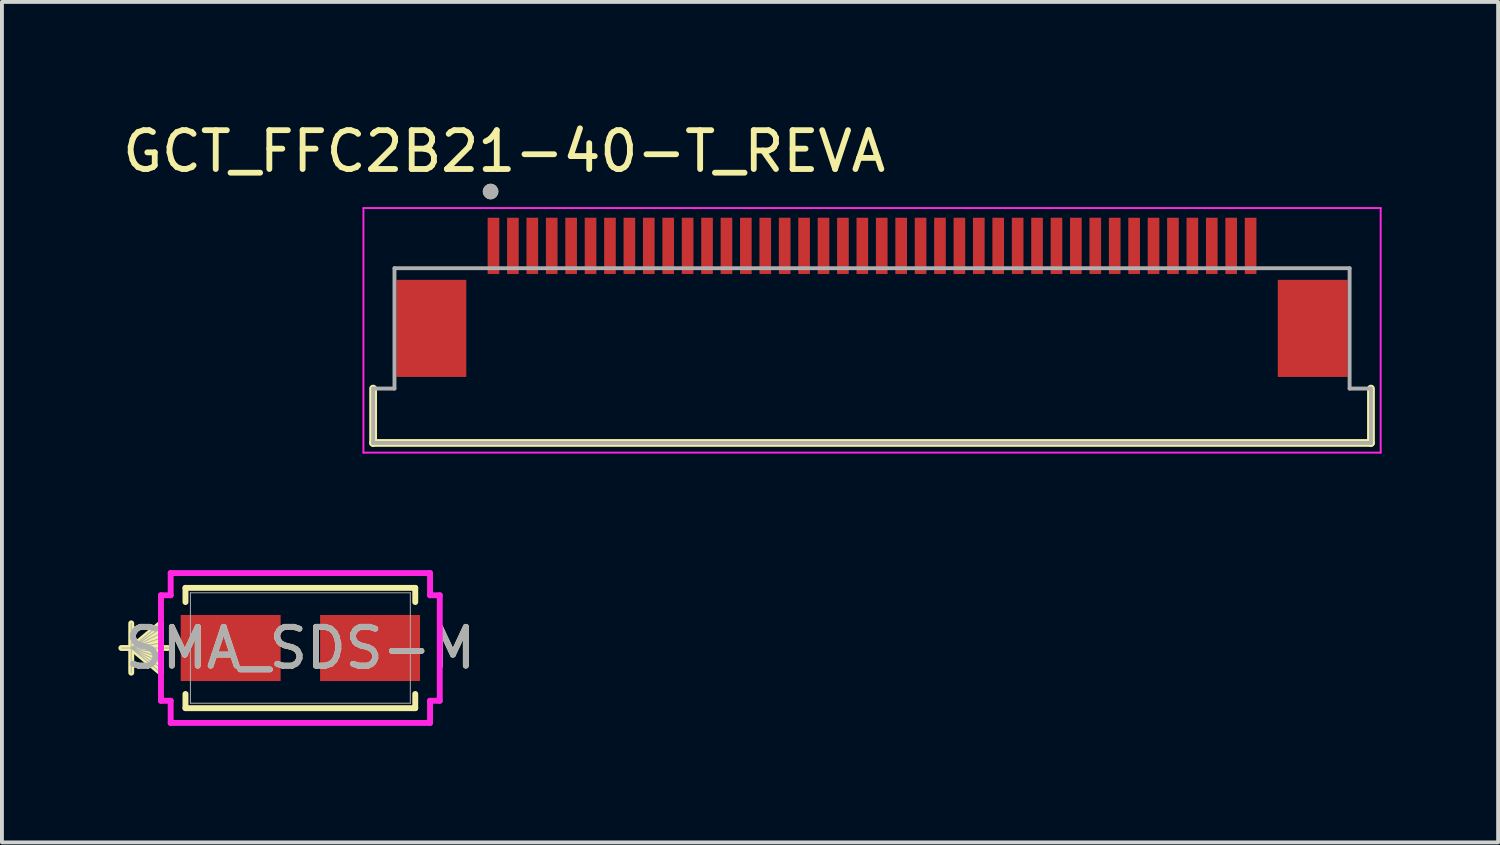
<source format=kicad_pcb>
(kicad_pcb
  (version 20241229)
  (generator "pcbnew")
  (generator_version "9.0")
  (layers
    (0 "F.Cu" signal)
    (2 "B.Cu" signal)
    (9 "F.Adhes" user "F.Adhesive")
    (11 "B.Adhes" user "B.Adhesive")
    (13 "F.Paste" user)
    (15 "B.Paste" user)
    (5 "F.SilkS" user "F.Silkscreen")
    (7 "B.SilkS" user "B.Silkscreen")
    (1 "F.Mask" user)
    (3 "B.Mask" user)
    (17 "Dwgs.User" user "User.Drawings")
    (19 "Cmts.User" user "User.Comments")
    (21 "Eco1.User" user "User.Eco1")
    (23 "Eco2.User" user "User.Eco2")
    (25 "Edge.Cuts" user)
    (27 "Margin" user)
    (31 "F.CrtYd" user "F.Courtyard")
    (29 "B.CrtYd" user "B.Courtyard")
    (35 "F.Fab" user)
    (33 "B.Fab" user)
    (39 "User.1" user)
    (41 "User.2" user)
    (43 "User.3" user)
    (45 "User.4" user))
  (footprint "SMA_SDS-M"
    (layer "F.Cu")
    (at 4.686 13.64)
    (property "Reference" "SMA_SDS-M" (at 0 0 0) (unlocked yes) (layer "F.SilkS") (effects (font (size 1 1) (thickness 0.15))))
    (attr smd)
    (fp_line (start -4.356 -0.635) (end -4.356 0.635) (stroke (width 0.152) (type solid)) (layer "F.SilkS"))
    (fp_line (start -4.356 0) (end -3.594 -0.635) (stroke (width 0.152) (type solid)) (layer "F.SilkS"))
    (fp_line (start -4.356 0) (end -3.594 -0.508) (stroke (width 0.152) (type solid)) (layer "F.SilkS"))
    (fp_line (start -4.356 0) (end -3.594 -0.381) (stroke (width 0.152) (type solid)) (layer "F.SilkS"))
    (fp_line (start -4.356 0) (end -3.594 -0.254) (stroke (width 0.152) (type solid)) (layer "F.SilkS"))
    (fp_line (start -4.356 0) (end -3.594 -0.127) (stroke (width 0.152) (type solid)) (layer "F.SilkS"))
    (fp_line (start -4.356 0) (end -3.594 0.127) (stroke (width 0.152) (type solid)) (layer "F.SilkS"))
    (fp_line (start -4.356 0) (end -3.594 0.254) (stroke (width 0.152) (type solid)) (layer "F.SilkS"))
    (fp_line (start -4.356 0) (end -3.594 0.381) (stroke (width 0.152) (type solid)) (layer "F.SilkS"))
    (fp_line (start -4.356 0) (end -3.594 0.508) (stroke (width 0.152) (type solid)) (layer "F.SilkS"))
    (fp_line (start -4.356 0) (end -3.594 0.635) (stroke (width 0.152) (type solid)) (layer "F.SilkS"))
    (fp_line (start -3.594 -0.635) (end -3.594 0.635) (stroke (width 0.152) (type solid)) (layer "F.SilkS"))
    (fp_line (start -3.415 0) (end -4.61 0) (stroke (width 0.152) (type solid)) (layer "F.SilkS"))
    (fp_line (start -2.959 -1.549) (end -2.959 -1.184) (stroke (width 0.152) (type solid)) (layer "F.SilkS"))
    (fp_line (start -2.959 1.184) (end -2.959 1.549) (stroke (width 0.152) (type solid)) (layer "F.SilkS"))
    (fp_line (start -2.959 1.549) (end 2.959 1.549) (stroke (width 0.152) (type solid)) (layer "F.SilkS"))
    (fp_line (start 2.959 -1.549) (end -2.959 -1.549) (stroke (width 0.152) (type solid)) (layer "F.SilkS"))
    (fp_line (start 2.959 -1.184) (end 2.959 -1.549) (stroke (width 0.152) (type solid)) (layer "F.SilkS"))
    (fp_line (start 2.959 1.549) (end 2.959 1.184) (stroke (width 0.152) (type solid)) (layer "F.SilkS"))
    (fp_line (start -3.59 -1.359) (end -3.34 -1.359) (stroke (width 0.152) (type solid)) (layer "F.CrtYd"))
    (fp_line (start -3.59 1.359) (end -3.59 -1.359) (stroke (width 0.152) (type solid)) (layer "F.CrtYd"))
    (fp_line (start -3.34 -1.93) (end 3.34 -1.93) (stroke (width 0.152) (type solid)) (layer "F.CrtYd"))
    (fp_line (start -3.34 -1.359) (end -3.34 -1.93) (stroke (width 0.152) (type solid)) (layer "F.CrtYd"))
    (fp_line (start -3.34 1.359) (end -3.59 1.359) (stroke (width 0.152) (type solid)) (layer "F.CrtYd"))
    (fp_line (start -3.34 1.93) (end -3.34 1.359) (stroke (width 0.152) (type solid)) (layer "F.CrtYd"))
    (fp_line (start 3.34 -1.93) (end 3.34 -1.359) (stroke (width 0.152) (type solid)) (layer "F.CrtYd"))
    (fp_line (start 3.34 -1.359) (end 3.59 -1.359) (stroke (width 0.152) (type solid)) (layer "F.CrtYd"))
    (fp_line (start 3.34 1.359) (end 3.34 1.93) (stroke (width 0.152) (type solid)) (layer "F.CrtYd"))
    (fp_line (start 3.34 1.93) (end -3.34 1.93) (stroke (width 0.152) (type solid)) (layer "F.CrtYd"))
    (fp_line (start 3.59 -1.359) (end 3.59 1.359) (stroke (width 0.152) (type solid)) (layer "F.CrtYd"))
    (fp_line (start 3.59 1.359) (end 3.34 1.359) (stroke (width 0.152) (type solid)) (layer "F.CrtYd"))
    (fp_line (start -4.356 -0.635) (end -4.356 0.635) (stroke (width 0.025) (type solid)) (layer "F.Fab"))
    (fp_line (start -4.356 0) (end -3.594 -0.635) (stroke (width 0.025) (type solid)) (layer "F.Fab"))
    (fp_line (start -4.356 0) (end -3.594 -0.508) (stroke (width 0.025) (type solid)) (layer "F.Fab"))
    (fp_line (start -4.356 0) (end -3.594 -0.381) (stroke (width 0.025) (type solid)) (layer "F.Fab"))
    (fp_line (start -4.356 0) (end -3.594 -0.254) (stroke (width 0.025) (type solid)) (layer "F.Fab"))
    (fp_line (start -4.356 0) (end -3.594 -0.127) (stroke (width 0.025) (type solid)) (layer "F.Fab"))
    (fp_line (start -4.356 0) (end -3.594 0.127) (stroke (width 0.025) (type solid)) (layer "F.Fab"))
    (fp_line (start -4.356 0) (end -3.594 0.254) (stroke (width 0.025) (type solid)) (layer "F.Fab"))
    (fp_line (start -4.356 0) (end -3.594 0.381) (stroke (width 0.025) (type solid)) (layer "F.Fab"))
    (fp_line (start -4.356 0) (end -3.594 0.508) (stroke (width 0.025) (type solid)) (layer "F.Fab"))
    (fp_line (start -4.356 0) (end -3.594 0.635) (stroke (width 0.025) (type solid)) (layer "F.Fab"))
    (fp_line (start -3.594 -0.635) (end -3.594 0.635) (stroke (width 0.025) (type solid)) (layer "F.Fab"))
    (fp_line (start -3.34 0) (end -4.61 0) (stroke (width 0.025) (type solid)) (layer "F.Fab"))
    (fp_line (start -2.832 -1.422) (end -2.832 1.422) (stroke (width 0.025) (type solid)) (layer "F.Fab"))
    (fp_line (start -2.832 1.422) (end 2.832 1.422) (stroke (width 0.025) (type solid)) (layer "F.Fab"))
    (fp_line (start 2.832 -1.422) (end -2.832 -1.422) (stroke (width 0.025) (type solid)) (layer "F.Fab"))
    (fp_line (start 2.832 1.422) (end 2.832 -1.422) (stroke (width 0.025) (type solid)) (layer "F.Fab"))
    (fp_text user "${REFERENCE}" (at 0 0 0) (unlocked yes) (layer "F.Fab") (effects (font (size 1 1) (thickness 0.15))))
    (pad "1" smd rect (at -1.795 0 90) (size 1.702 2.574) (layers "F.Cu" "F.Mask" "F.Paste"))
    (pad "2" smd rect (at 1.795 0 90) (size 1.702 2.574) (layers "F.Cu" "F.Mask" "F.Paste"))
    (zone (net_name "") (layer "F.Cu") (hatch full 0.508) (connect_pads) (min_thickness 0.254) (filled_areas_thickness no) (keepout (tracks not_allowed) (vias not_allowed) (pads allowed) (copperpour not_allowed) (footprints allowed)) (placement (enabled no)) (fill) (polygon (pts (xy 1.905 12.268) (xy 7.468 12.268) (xy 7.468 12.738) (xy 1.905 12.738))))
    (zone (net_name "") (layer "F.Cu") (hatch full 0.508) (connect_pads) (min_thickness 0.254) (filled_areas_thickness no) (keepout (tracks not_allowed) (vias not_allowed) (pads allowed) (copperpour not_allowed) (footprints allowed)) (placement (enabled no)) (fill) (polygon (pts (xy 1.905 14.542) (xy 7.468 14.542) (xy 7.468 15.011) (xy 1.905 15.011))))
    (zone (net_name "") (layer "F.Cu") (hatch full 0.508) (connect_pads) (min_thickness 0.254) (filled_areas_thickness no) (keepout (tracks not_allowed) (vias not_allowed) (pads allowed) (copperpour not_allowed) (footprints allowed)) (placement (enabled no)) (fill) (polygon (pts (xy 4.229 12.738) (xy 5.144 12.738) (xy 5.144 14.542) (xy 4.229 14.542)))))
  (footprint "GCT_FFC2B21-40-T_REVA"
    (layer "F.Cu")
    (at 19.41 3.283)
    (property "Reference" "GCT_FFC2B21-40-T_REVA" (at -9.475 -2.435 0) (layer "F.SilkS") (effects (font (size 1 1) (thickness 0.15))))
    (attr smd)
    (fp_line (start -12.85 3.675) (end -12.85 5.075) (stroke (width 0.2) (type solid)) (layer "F.SilkS"))
    (fp_line (start -12.85 5.075) (end 12.85 5.075) (stroke (width 0.2) (type solid)) (layer "F.SilkS"))
    (fp_line (start 12.85 3.675) (end 12.85 5.075) (stroke (width 0.2) (type solid)) (layer "F.SilkS"))
    (fp_circle (center -9.825 -1.4) (end -9.725 -1.4) (stroke (width 0.2) (type solid)) (fill no) (layer "F.SilkS"))
    (fp_line (start -13.1 -0.975) (end 13.1 -0.975) (stroke (width 0.05) (type solid)) (layer "F.CrtYd"))
    (fp_line (start -13.1 5.325) (end -13.1 -0.975) (stroke (width 0.05) (type solid)) (layer "F.CrtYd"))
    (fp_line (start 13.1 -0.975) (end 13.1 5.325) (stroke (width 0.05) (type solid)) (layer "F.CrtYd"))
    (fp_line (start 13.1 5.325) (end -13.1 5.325) (stroke (width 0.05) (type solid)) (layer "F.CrtYd"))
    (fp_line (start -12.85 3.675) (end -12.3 3.675) (stroke (width 0.1) (type solid)) (layer "F.Fab"))
    (fp_line (start -12.85 5.075) (end -12.85 3.675) (stroke (width 0.1) (type solid)) (layer "F.Fab"))
    (fp_line (start -12.3 0.575) (end 12.3 0.575) (stroke (width 0.1) (type solid)) (layer "F.Fab"))
    (fp_line (start -12.3 3.675) (end -12.3 0.575) (stroke (width 0.1) (type solid)) (layer "F.Fab"))
    (fp_line (start 12.3 0.575) (end 12.3 3.675) (stroke (width 0.1) (type solid)) (layer "F.Fab"))
    (fp_line (start 12.3 3.675) (end 12.85 3.675) (stroke (width 0.1) (type solid)) (layer "F.Fab"))
    (fp_line (start 12.85 3.675) (end 12.85 5.075) (stroke (width 0.1) (type solid)) (layer "F.Fab"))
    (fp_line (start 12.85 5.075) (end -12.85 5.075) (stroke (width 0.1) (type solid)) (layer "F.Fab"))
    (fp_circle (center -9.825 -1.4) (end -9.725 -1.4) (stroke (width 0.2) (type solid)) (fill no) (layer "F.Fab"))
    (pad "1" smd rect (at -9.75 0) (size 0.3 1.45) (layers "F.Cu" "F.Mask" "F.Paste"))
    (pad "2" smd rect (at -9.25 0) (size 0.3 1.45) (layers "F.Cu" "F.Mask" "F.Paste"))
    (pad "3" smd rect (at -8.75 0) (size 0.3 1.45) (layers "F.Cu" "F.Mask" "F.Paste"))
    (pad "4" smd rect (at -8.25 0) (size 0.3 1.45) (layers "F.Cu" "F.Mask" "F.Paste"))
    (pad "5" smd rect (at -7.75 0) (size 0.3 1.45) (layers "F.Cu" "F.Mask" "F.Paste"))
    (pad "6" smd rect (at -7.25 0) (size 0.3 1.45) (layers "F.Cu" "F.Mask" "F.Paste"))
    (pad "7" smd rect (at -6.75 0) (size 0.3 1.45) (layers "F.Cu" "F.Mask" "F.Paste"))
    (pad "8" smd rect (at -6.25 0) (size 0.3 1.45) (layers "F.Cu" "F.Mask" "F.Paste"))
    (pad "9" smd rect (at -5.75 0) (size 0.3 1.45) (layers "F.Cu" "F.Mask" "F.Paste"))
    (pad "10" smd rect (at -5.25 0) (size 0.3 1.45) (layers "F.Cu" "F.Mask" "F.Paste"))
    (pad "11" smd rect (at -4.75 0) (size 0.3 1.45) (layers "F.Cu" "F.Mask" "F.Paste"))
    (pad "12" smd rect (at -4.25 0) (size 0.3 1.45) (layers "F.Cu" "F.Mask" "F.Paste"))
    (pad "13" smd rect (at -3.75 0) (size 0.3 1.45) (layers "F.Cu" "F.Mask" "F.Paste"))
    (pad "14" smd rect (at -3.25 0) (size 0.3 1.45) (layers "F.Cu" "F.Mask" "F.Paste"))
    (pad "15" smd rect (at -2.75 0) (size 0.3 1.45) (layers "F.Cu" "F.Mask" "F.Paste"))
    (pad "16" smd rect (at -2.25 0) (size 0.3 1.45) (layers "F.Cu" "F.Mask" "F.Paste"))
    (pad "17" smd rect (at -1.75 0) (size 0.3 1.45) (layers "F.Cu" "F.Mask" "F.Paste"))
    (pad "18" smd rect (at -1.25 0) (size 0.3 1.45) (layers "F.Cu" "F.Mask" "F.Paste"))
    (pad "19" smd rect (at -0.75 0) (size 0.3 1.45) (layers "F.Cu" "F.Mask" "F.Paste"))
    (pad "20" smd rect (at -0.25 0) (size 0.3 1.45) (layers "F.Cu" "F.Mask" "F.Paste"))
    (pad "21" smd rect (at 0.25 0) (size 0.3 1.45) (layers "F.Cu" "F.Mask" "F.Paste"))
    (pad "22" smd rect (at 0.75 0) (size 0.3 1.45) (layers "F.Cu" "F.Mask" "F.Paste"))
    (pad "23" smd rect (at 1.25 0) (size 0.3 1.45) (layers "F.Cu" "F.Mask" "F.Paste"))
    (pad "24" smd rect (at 1.75 0) (size 0.3 1.45) (layers "F.Cu" "F.Mask" "F.Paste"))
    (pad "25" smd rect (at 2.25 0) (size 0.3 1.45) (layers "F.Cu" "F.Mask" "F.Paste"))
    (pad "26" smd rect (at 2.75 0) (size 0.3 1.45) (layers "F.Cu" "F.Mask" "F.Paste"))
    (pad "27" smd rect (at 3.25 0) (size 0.3 1.45) (layers "F.Cu" "F.Mask" "F.Paste"))
    (pad "28" smd rect (at 3.75 0) (size 0.3 1.45) (layers "F.Cu" "F.Mask" "F.Paste"))
    (pad "29" smd rect (at 4.25 0) (size 0.3 1.45) (layers "F.Cu" "F.Mask" "F.Paste"))
    (pad "30" smd rect (at 4.75 0) (size 0.3 1.45) (layers "F.Cu" "F.Mask" "F.Paste"))
    (pad "31" smd rect (at 5.25 0) (size 0.3 1.45) (layers "F.Cu" "F.Mask" "F.Paste"))
    (pad "32" smd rect (at 5.75 0) (size 0.3 1.45) (layers "F.Cu" "F.Mask" "F.Paste"))
    (pad "33" smd rect (at 6.25 0) (size 0.3 1.45) (layers "F.Cu" "F.Mask" "F.Paste"))
    (pad "34" smd rect (at 6.75 0) (size 0.3 1.45) (layers "F.Cu" "F.Mask" "F.Paste"))
    (pad "35" smd rect (at 7.25 0) (size 0.3 1.45) (layers "F.Cu" "F.Mask" "F.Paste"))
    (pad "36" smd rect (at 7.75 0) (size 0.3 1.45) (layers "F.Cu" "F.Mask" "F.Paste"))
    (pad "37" smd rect (at 8.25 0) (size 0.3 1.45) (layers "F.Cu" "F.Mask" "F.Paste"))
    (pad "38" smd rect (at 8.75 0) (size 0.3 1.45) (layers "F.Cu" "F.Mask" "F.Paste"))
    (pad "39" smd rect (at 9.25 0) (size 0.3 1.45) (layers "F.Cu" "F.Mask" "F.Paste"))
    (pad "40" smd rect (at 9.75 0) (size 0.3 1.45) (layers "F.Cu" "F.Mask" "F.Paste"))
    (pad "S1" smd rect (at -11.35 2.125) (size 1.8 2.5) (layers "F.Cu" "F.Mask" "F.Paste"))
    (pad "S2" smd rect (at 11.35 2.125) (size 1.8 2.5) (layers "F.Cu" "F.Mask" "F.Paste")))
  (gr_rect
    (start -3 -3)
    (end 35.535 18.646)
    (stroke (width 0.1) (type default))
    (fill no)
    (layer "Edge.Cuts")))
</source>
